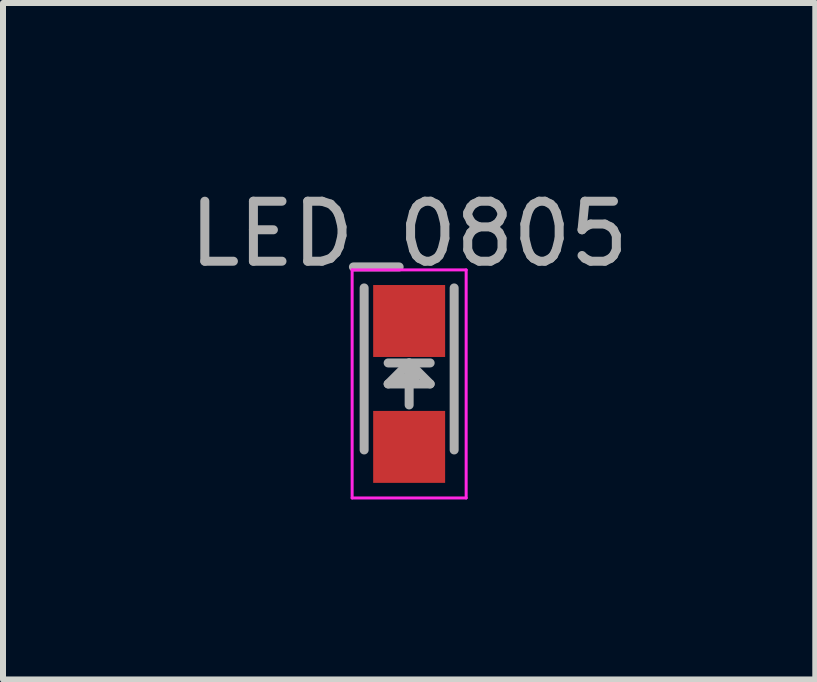
<source format=kicad_pcb>
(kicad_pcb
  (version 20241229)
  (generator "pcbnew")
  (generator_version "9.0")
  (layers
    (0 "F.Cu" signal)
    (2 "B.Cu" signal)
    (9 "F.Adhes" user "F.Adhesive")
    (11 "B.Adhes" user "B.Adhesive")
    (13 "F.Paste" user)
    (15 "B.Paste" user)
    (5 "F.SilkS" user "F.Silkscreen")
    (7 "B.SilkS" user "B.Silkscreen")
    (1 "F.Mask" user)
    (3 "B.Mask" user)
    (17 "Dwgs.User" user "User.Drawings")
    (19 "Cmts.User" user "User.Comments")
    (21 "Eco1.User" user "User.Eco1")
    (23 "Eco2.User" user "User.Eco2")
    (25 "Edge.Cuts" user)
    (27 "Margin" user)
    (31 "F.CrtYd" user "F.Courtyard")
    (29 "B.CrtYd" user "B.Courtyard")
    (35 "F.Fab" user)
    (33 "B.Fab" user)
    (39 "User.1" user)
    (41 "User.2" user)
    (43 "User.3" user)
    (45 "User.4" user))
  (footprint "LED_0805"
    (layer "F.Cu")
    (at 3.768 3.348)
    (property "Reference" "LED_0805" (at 0 -2.5 0) (layer "F.Fab") (effects (font (size 1 1) (thickness 0.15))))
    (attr smd)
    (fp_line (start -0.95 -1.9) (end 0.95 -1.9) (stroke (width 0.05) (type solid)) (layer "F.CrtYd"))
    (fp_line (start -0.95 1.9) (end -0.95 -1.9) (stroke (width 0.05) (type solid)) (layer "F.CrtYd"))
    (fp_line (start 0.95 -1.9) (end 0.95 1.9) (stroke (width 0.05) (type solid)) (layer "F.CrtYd"))
    (fp_line (start 0.95 1.9) (end -0.95 1.9) (stroke (width 0.05) (type solid)) (layer "F.CrtYd"))
    (fp_line (start -0.75 -1.6) (end -0.75 1.1) (stroke (width 0.15) (type solid)) (layer "F.Fab"))
    (fp_line (start -0.35 0) (end 0 -0.35) (stroke (width 0.15) (type solid)) (layer "F.Fab"))
    (fp_line (start -0.15 -0.1) (end 0.1 -0.1) (stroke (width 0.15) (type solid)) (layer "F.Fab"))
    (fp_line (start 0 -0.35) (end 0.35 0) (stroke (width 0.15) (type solid)) (layer "F.Fab"))
    (fp_line (start 0 0) (end 0 0.35) (stroke (width 0.15) (type solid)) (layer "F.Fab"))
    (fp_line (start 0.1 -0.1) (end -0.05 -0.25) (stroke (width 0.15) (type solid)) (layer "F.Fab"))
    (fp_line (start 0.35 -0.35) (end -0.35 -0.35) (stroke (width 0.15) (type solid)) (layer "F.Fab"))
    (fp_line (start 0.35 0) (end -0.35 0) (stroke (width 0.15) (type solid)) (layer "F.Fab"))
    (fp_line (start 0.75 -1.6) (end 0.75 1.1) (stroke (width 0.15) (type solid)) (layer "F.Fab"))
    (pad "1" smd rect (at 0 -1.049 90) (size 1.199 1.199) (layers "F.Cu" "F.Mask" "F.Paste"))
    (pad "2" smd rect (at 0 1.049 90) (size 1.199 1.199) (layers "F.Cu" "F.Mask" "F.Paste")))
  (gr_rect
    (start -3 -3)
    (end 10.536 8.273)
    (stroke (width 0.1) (type default))
    (fill no)
    (layer "Edge.Cuts")))
</source>
